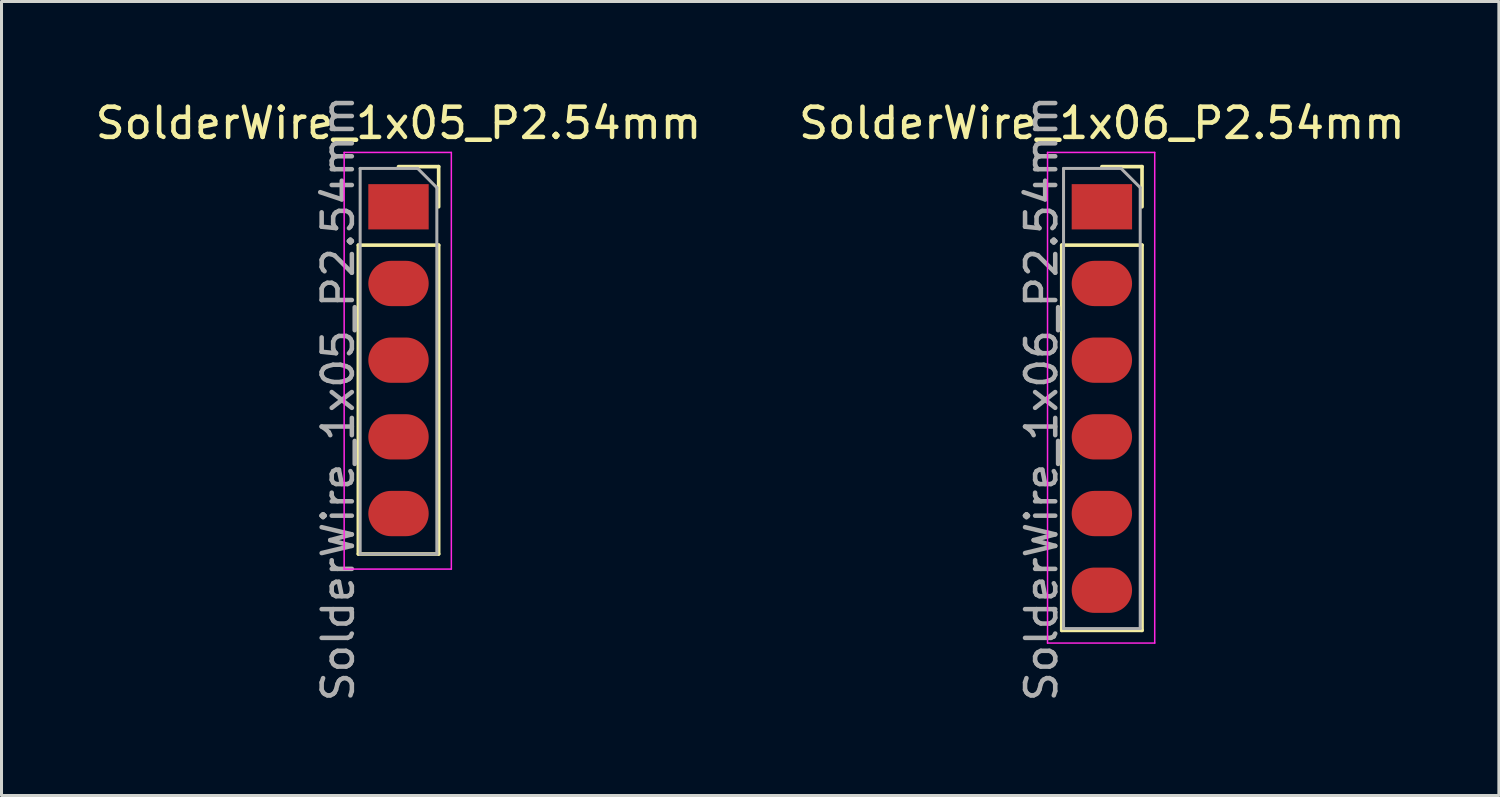
<source format=kicad_pcb>
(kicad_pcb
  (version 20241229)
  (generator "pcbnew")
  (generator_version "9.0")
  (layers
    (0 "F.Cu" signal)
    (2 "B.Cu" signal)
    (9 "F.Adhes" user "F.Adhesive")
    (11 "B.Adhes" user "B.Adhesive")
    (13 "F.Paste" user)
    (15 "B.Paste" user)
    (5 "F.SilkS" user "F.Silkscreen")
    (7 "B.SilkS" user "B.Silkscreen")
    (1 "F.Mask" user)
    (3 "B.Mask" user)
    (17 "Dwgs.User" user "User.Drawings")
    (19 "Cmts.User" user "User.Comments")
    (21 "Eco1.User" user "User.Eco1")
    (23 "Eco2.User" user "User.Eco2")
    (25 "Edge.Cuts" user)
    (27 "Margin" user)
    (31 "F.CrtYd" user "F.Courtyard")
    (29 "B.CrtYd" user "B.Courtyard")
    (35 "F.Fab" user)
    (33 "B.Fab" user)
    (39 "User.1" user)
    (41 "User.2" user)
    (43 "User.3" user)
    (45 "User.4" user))
  (footprint "SolderWire_1x06_P2.54mm"
    (layer "F.Cu")
    (at 33.446 3.799)
    (property "Reference" "SolderWire_1x06_P2.54mm" (at 0 -2.77 0) (layer "F.SilkS") (effects (font (size 1 1) (thickness 0.15))))
    (attr through_hole)
    (fp_line (start -1.33 1.27) (end -1.33 14.03) (stroke (width 0.12) (type solid)) (layer "F.SilkS"))
    (fp_line (start -1.33 1.27) (end 1.33 1.27) (stroke (width 0.12) (type solid)) (layer "F.SilkS"))
    (fp_line (start -1.33 14.03) (end 1.33 14.03) (stroke (width 0.12) (type solid)) (layer "F.SilkS"))
    (fp_line (start 0 -1.33) (end 1.33 -1.33) (stroke (width 0.12) (type solid)) (layer "F.SilkS"))
    (fp_line (start 1.33 -1.33) (end 1.33 0) (stroke (width 0.12) (type solid)) (layer "F.SilkS"))
    (fp_line (start 1.33 1.27) (end 1.33 14.03) (stroke (width 0.12) (type solid)) (layer "F.SilkS"))
    (fp_line (start -1.8 -1.8) (end 1.75 -1.8) (stroke (width 0.05) (type solid)) (layer "F.CrtYd"))
    (fp_line (start -1.8 14.45) (end -1.8 -1.8) (stroke (width 0.05) (type solid)) (layer "F.CrtYd"))
    (fp_line (start 1.75 -1.8) (end 1.75 14.45) (stroke (width 0.05) (type solid)) (layer "F.CrtYd"))
    (fp_line (start 1.75 14.45) (end -1.8 14.45) (stroke (width 0.05) (type solid)) (layer "F.CrtYd"))
    (fp_line (start -1.27 -1.27) (end 0.635 -1.27) (stroke (width 0.1) (type solid)) (layer "F.Fab"))
    (fp_line (start -1.27 13.97) (end -1.27 -1.27) (stroke (width 0.1) (type solid)) (layer "F.Fab"))
    (fp_line (start 0.635 -1.27) (end 1.27 -0.635) (stroke (width 0.1) (type solid)) (layer "F.Fab"))
    (fp_line (start 1.27 -0.635) (end 1.27 13.97) (stroke (width 0.1) (type solid)) (layer "F.Fab"))
    (fp_line (start 1.27 13.97) (end -1.27 13.97) (stroke (width 0.1) (type solid)) (layer "F.Fab"))
    (fp_text user "${REFERENCE}" (at -2 6.35 90) (layer "F.Fab") (effects (font (size 1 1) (thickness 0.15))))
    (pad "1" smd rect (at 0 0) (size 2 1.5) (layers "F.Cu" "F.Mask" "F.Paste"))
    (pad "2" smd oval (at 0 2.54) (size 2 1.5) (layers "F.Cu" "F.Mask" "F.Paste"))
    (pad "3" smd oval (at 0 5.08) (size 2 1.5) (layers "F.Cu" "F.Mask" "F.Paste"))
    (pad "4" smd oval (at 0 7.62) (size 2 1.5) (layers "F.Cu" "F.Mask" "F.Paste"))
    (pad "5" smd oval (at 0 10.16) (size 2 1.5) (layers "F.Cu" "F.Mask" "F.Paste"))
    (pad "6" smd oval (at 0 12.7) (size 2 1.5) (layers "F.Cu" "F.Mask" "F.Paste")))
  (footprint "SolderWire_1x05_P2.54mm"
    (layer "F.Cu")
    (at 10.149 3.799)
    (property "Reference" "SolderWire_1x05_P2.54mm" (at 0 -2.77 0) (layer "F.SilkS") (effects (font (size 1 1) (thickness 0.15))))
    (attr through_hole)
    (fp_line (start -1.33 1.27) (end -1.33 11.5) (stroke (width 0.12) (type solid)) (layer "F.SilkS"))
    (fp_line (start -1.33 1.27) (end 1.33 1.27) (stroke (width 0.12) (type solid)) (layer "F.SilkS"))
    (fp_line (start -1.33 11.5) (end 1.33 11.5) (stroke (width 0.12) (type solid)) (layer "F.SilkS"))
    (fp_line (start 0 -1.33) (end 1.33 -1.33) (stroke (width 0.12) (type solid)) (layer "F.SilkS"))
    (fp_line (start 1.33 -1.33) (end 1.33 0) (stroke (width 0.12) (type solid)) (layer "F.SilkS"))
    (fp_line (start 1.33 1.27) (end 1.33 11.5) (stroke (width 0.12) (type solid)) (layer "F.SilkS"))
    (fp_line (start -1.8 -1.8) (end 1.75 -1.8) (stroke (width 0.05) (type solid)) (layer "F.CrtYd"))
    (fp_line (start -1.8 12) (end -1.8 -1.8) (stroke (width 0.05) (type solid)) (layer "F.CrtYd"))
    (fp_line (start 1.75 -1.8) (end 1.75 12) (stroke (width 0.05) (type solid)) (layer "F.CrtYd"))
    (fp_line (start 1.75 12) (end -1.8 12) (stroke (width 0.05) (type solid)) (layer "F.CrtYd"))
    (fp_line (start -1.27 -1.27) (end 0.635 -1.27) (stroke (width 0.1) (type solid)) (layer "F.Fab"))
    (fp_line (start -1.27 11.5) (end -1.27 -1.27) (stroke (width 0.1) (type solid)) (layer "F.Fab"))
    (fp_line (start 0.635 -1.27) (end 1.27 -0.635) (stroke (width 0.1) (type solid)) (layer "F.Fab"))
    (fp_line (start 1.27 -0.635) (end 1.27 11.5) (stroke (width 0.1) (type solid)) (layer "F.Fab"))
    (fp_line (start 1.27 11.5) (end -1.27 11.5) (stroke (width 0.1) (type solid)) (layer "F.Fab"))
    (fp_text user "${REFERENCE}" (at -2 6.35 90) (layer "F.Fab") (effects (font (size 1 1) (thickness 0.15))))
    (pad "1" smd rect (at 0 0) (size 2 1.5) (layers "F.Cu" "F.Mask" "F.Paste"))
    (pad "2" smd oval (at 0 2.54) (size 2 1.5) (layers "F.Cu" "F.Mask" "F.Paste"))
    (pad "3" smd oval (at 0 5.08) (size 2 1.5) (layers "F.Cu" "F.Mask" "F.Paste"))
    (pad "4" smd oval (at 0 7.62) (size 2 1.5) (layers "F.Cu" "F.Mask" "F.Paste"))
    (pad "5" smd oval (at 0 10.16) (size 2 1.5) (layers "F.Cu" "F.Mask" "F.Paste")))
  (gr_rect
    (start -3 -3)
    (end 46.595 23.298)
    (stroke (width 0.1) (type default))
    (fill no)
    (layer "Edge.Cuts")))
</source>
